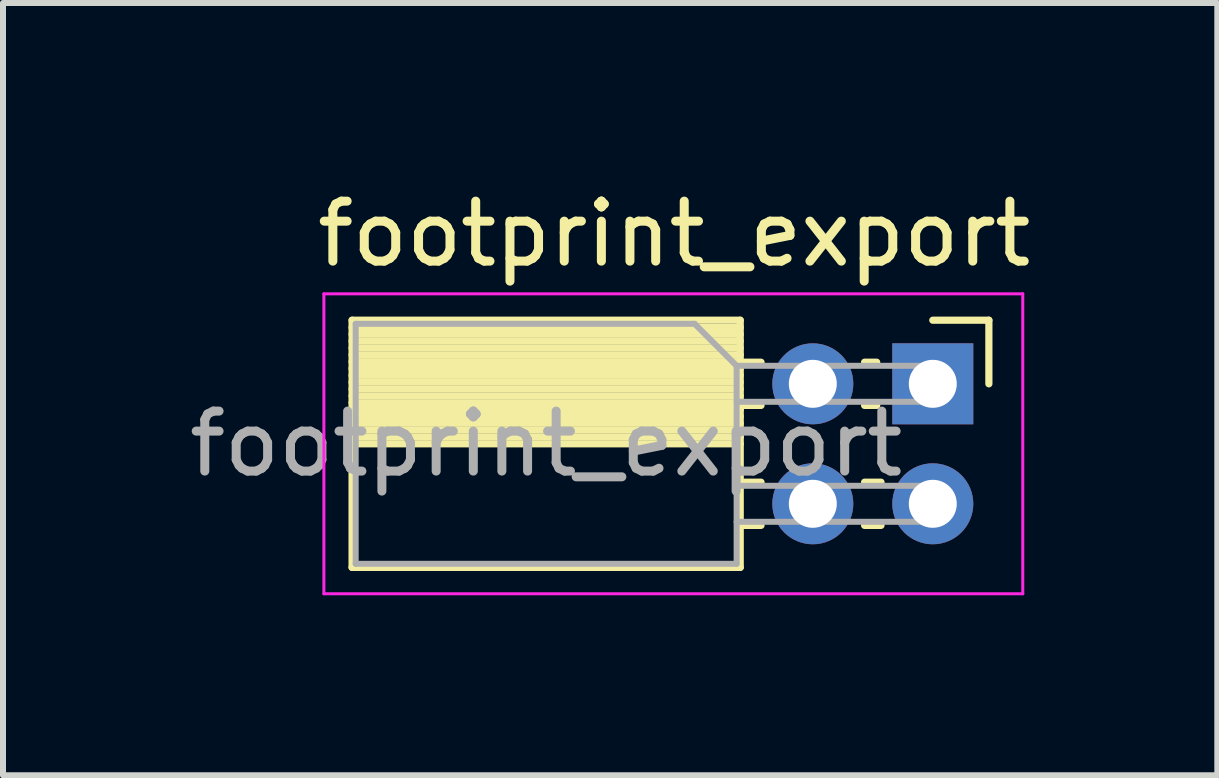
<source format=kicad_pcb>
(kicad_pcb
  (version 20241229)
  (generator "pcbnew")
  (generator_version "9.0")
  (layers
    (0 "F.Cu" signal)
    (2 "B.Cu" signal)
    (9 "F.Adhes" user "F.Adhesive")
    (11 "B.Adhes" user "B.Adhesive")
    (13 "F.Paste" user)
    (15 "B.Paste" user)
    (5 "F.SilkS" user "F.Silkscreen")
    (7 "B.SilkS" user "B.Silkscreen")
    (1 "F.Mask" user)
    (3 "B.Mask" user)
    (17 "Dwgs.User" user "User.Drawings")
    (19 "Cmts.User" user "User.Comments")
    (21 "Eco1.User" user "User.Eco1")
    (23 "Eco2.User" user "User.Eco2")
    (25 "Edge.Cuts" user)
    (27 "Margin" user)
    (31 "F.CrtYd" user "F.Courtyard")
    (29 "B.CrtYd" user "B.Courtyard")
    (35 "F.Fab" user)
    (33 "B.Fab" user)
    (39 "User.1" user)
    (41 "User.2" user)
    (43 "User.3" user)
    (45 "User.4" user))
  (footprint "footprint_export"
    (layer "F.Cu")
    (at 12.499 3.348)
    (property "Reference" "footprint_export" (at -4.31 -2.5 0) (layer "F.SilkS") (effects (font (size 1 1) (thickness 0.15))))
    (attr through_hole)
    (fp_line (start -9.68 -1.06) (end -9.68 3.06) (stroke (width 0.12) (type solid)) (layer "F.SilkS"))
    (fp_line (start -9.68 -1.06) (end -3.21 -1.06) (stroke (width 0.12) (type solid)) (layer "F.SilkS"))
    (fp_line (start -9.68 -0.94) (end -3.21 -0.94) (stroke (width 0.12) (type solid)) (layer "F.SilkS"))
    (fp_line (start -9.68 -0.826) (end -3.21 -0.826) (stroke (width 0.12) (type solid)) (layer "F.SilkS"))
    (fp_line (start -9.68 -0.712) (end -3.21 -0.712) (stroke (width 0.12) (type solid)) (layer "F.SilkS"))
    (fp_line (start -9.68 -0.598) (end -3.21 -0.598) (stroke (width 0.12) (type solid)) (layer "F.SilkS"))
    (fp_line (start -9.68 -0.484) (end -3.21 -0.484) (stroke (width 0.12) (type solid)) (layer "F.SilkS"))
    (fp_line (start -9.68 -0.369) (end -3.21 -0.369) (stroke (width 0.12) (type solid)) (layer "F.SilkS"))
    (fp_line (start -9.68 -0.255) (end -3.21 -0.255) (stroke (width 0.12) (type solid)) (layer "F.SilkS"))
    (fp_line (start -9.68 -0.141) (end -3.21 -0.141) (stroke (width 0.12) (type solid)) (layer "F.SilkS"))
    (fp_line (start -9.68 -0.027) (end -3.21 -0.027) (stroke (width 0.12) (type solid)) (layer "F.SilkS"))
    (fp_line (start -9.68 0.087) (end -3.21 0.087) (stroke (width 0.12) (type solid)) (layer "F.SilkS"))
    (fp_line (start -9.68 0.201) (end -3.21 0.201) (stroke (width 0.12) (type solid)) (layer "F.SilkS"))
    (fp_line (start -9.68 0.315) (end -3.21 0.315) (stroke (width 0.12) (type solid)) (layer "F.SilkS"))
    (fp_line (start -9.68 0.429) (end -3.21 0.429) (stroke (width 0.12) (type solid)) (layer "F.SilkS"))
    (fp_line (start -9.68 0.544) (end -3.21 0.544) (stroke (width 0.12) (type solid)) (layer "F.SilkS"))
    (fp_line (start -9.68 0.658) (end -3.21 0.658) (stroke (width 0.12) (type solid)) (layer "F.SilkS"))
    (fp_line (start -9.68 0.772) (end -3.21 0.772) (stroke (width 0.12) (type solid)) (layer "F.SilkS"))
    (fp_line (start -9.68 0.886) (end -3.21 0.886) (stroke (width 0.12) (type solid)) (layer "F.SilkS"))
    (fp_line (start -9.68 1) (end -3.21 1) (stroke (width 0.12) (type solid)) (layer "F.SilkS"))
    (fp_line (start -9.68 3.06) (end -3.21 3.06) (stroke (width 0.12) (type solid)) (layer "F.SilkS"))
    (fp_line (start -3.21 -1.06) (end -3.21 3.06) (stroke (width 0.12) (type solid)) (layer "F.SilkS"))
    (fp_line (start -3.21 -0.36) (end -2.863 -0.36) (stroke (width 0.12) (type solid)) (layer "F.SilkS"))
    (fp_line (start -3.21 0.36) (end -2.863 0.36) (stroke (width 0.12) (type solid)) (layer "F.SilkS"))
    (fp_line (start -3.21 1.64) (end -2.863 1.64) (stroke (width 0.12) (type solid)) (layer "F.SilkS"))
    (fp_line (start -3.21 2.36) (end -2.863 2.36) (stroke (width 0.12) (type solid)) (layer "F.SilkS"))
    (fp_line (start -1.137 -0.36) (end -0.935 -0.36) (stroke (width 0.12) (type solid)) (layer "F.SilkS"))
    (fp_line (start -1.137 0.36) (end -0.935 0.36) (stroke (width 0.12) (type solid)) (layer "F.SilkS"))
    (fp_line (start -1.137 1.64) (end -0.863 1.64) (stroke (width 0.12) (type solid)) (layer "F.SilkS"))
    (fp_line (start -1.137 2.36) (end -0.863 2.36) (stroke (width 0.12) (type solid)) (layer "F.SilkS"))
    (fp_line (start 0 -1.06) (end 0.935 -1.06) (stroke (width 0.12) (type solid)) (layer "F.SilkS"))
    (fp_line (start 0.935 -1.06) (end 0.935 0) (stroke (width 0.12) (type solid)) (layer "F.SilkS"))
    (fp_line (start -10.15 -1.5) (end -10.15 3.5) (stroke (width 0.05) (type solid)) (layer "F.CrtYd"))
    (fp_line (start -10.15 3.5) (end 1.5 3.5) (stroke (width 0.05) (type solid)) (layer "F.CrtYd"))
    (fp_line (start 1.5 -1.5) (end -10.15 -1.5) (stroke (width 0.05) (type solid)) (layer "F.CrtYd"))
    (fp_line (start 1.5 3.5) (end 1.5 -1.5) (stroke (width 0.05) (type solid)) (layer "F.CrtYd"))
    (fp_line (start -9.62 -1) (end -3.97 -1) (stroke (width 0.1) (type solid)) (layer "F.Fab"))
    (fp_line (start -9.62 3) (end -9.62 -1) (stroke (width 0.1) (type solid)) (layer "F.Fab"))
    (fp_line (start -3.97 -1) (end -3.27 -0.3) (stroke (width 0.1) (type solid)) (layer "F.Fab"))
    (fp_line (start -3.27 -0.3) (end -3.27 3) (stroke (width 0.1) (type solid)) (layer "F.Fab"))
    (fp_line (start -3.27 0.3) (end 0 0.3) (stroke (width 0.1) (type solid)) (layer "F.Fab"))
    (fp_line (start -3.27 2.3) (end 0 2.3) (stroke (width 0.1) (type solid)) (layer "F.Fab"))
    (fp_line (start -3.27 3) (end -9.62 3) (stroke (width 0.1) (type solid)) (layer "F.Fab"))
    (fp_line (start 0 -0.3) (end -3.27 -0.3) (stroke (width 0.1) (type solid)) (layer "F.Fab"))
    (fp_line (start 0 0.3) (end 0 -0.3) (stroke (width 0.1) (type solid)) (layer "F.Fab"))
    (fp_line (start 0 1.7) (end -3.27 1.7) (stroke (width 0.1) (type solid)) (layer "F.Fab"))
    (fp_line (start 0 2.3) (end 0 1.7) (stroke (width 0.1) (type solid)) (layer "F.Fab"))
    (fp_text user "${REFERENCE}" (at -6.445 1 0) (layer "F.Fab") (effects (font (size 1 1) (thickness 0.15))))
    (pad "1" thru_hole rect (at 0 0) (size 1.35 1.35) (drill 0.8) (layers "*.Cu" "*.Mask"))
    (pad "2" thru_hole oval (at -2 0) (size 1.35 1.35) (drill 0.8) (layers "*.Cu" "*.Mask"))
    (pad "3" thru_hole oval (at 0 2) (size 1.35 1.35) (drill 0.8) (layers "*.Cu" "*.Mask"))
    (pad "4" thru_hole oval (at -2 2) (size 1.35 1.35) (drill 0.8) (layers "*.Cu" "*.Mask")))
  (gr_rect
    (start -3 -3)
    (end 17.242 9.873)
    (stroke (width 0.1) (type default))
    (fill no)
    (layer "Edge.Cuts")))
</source>
